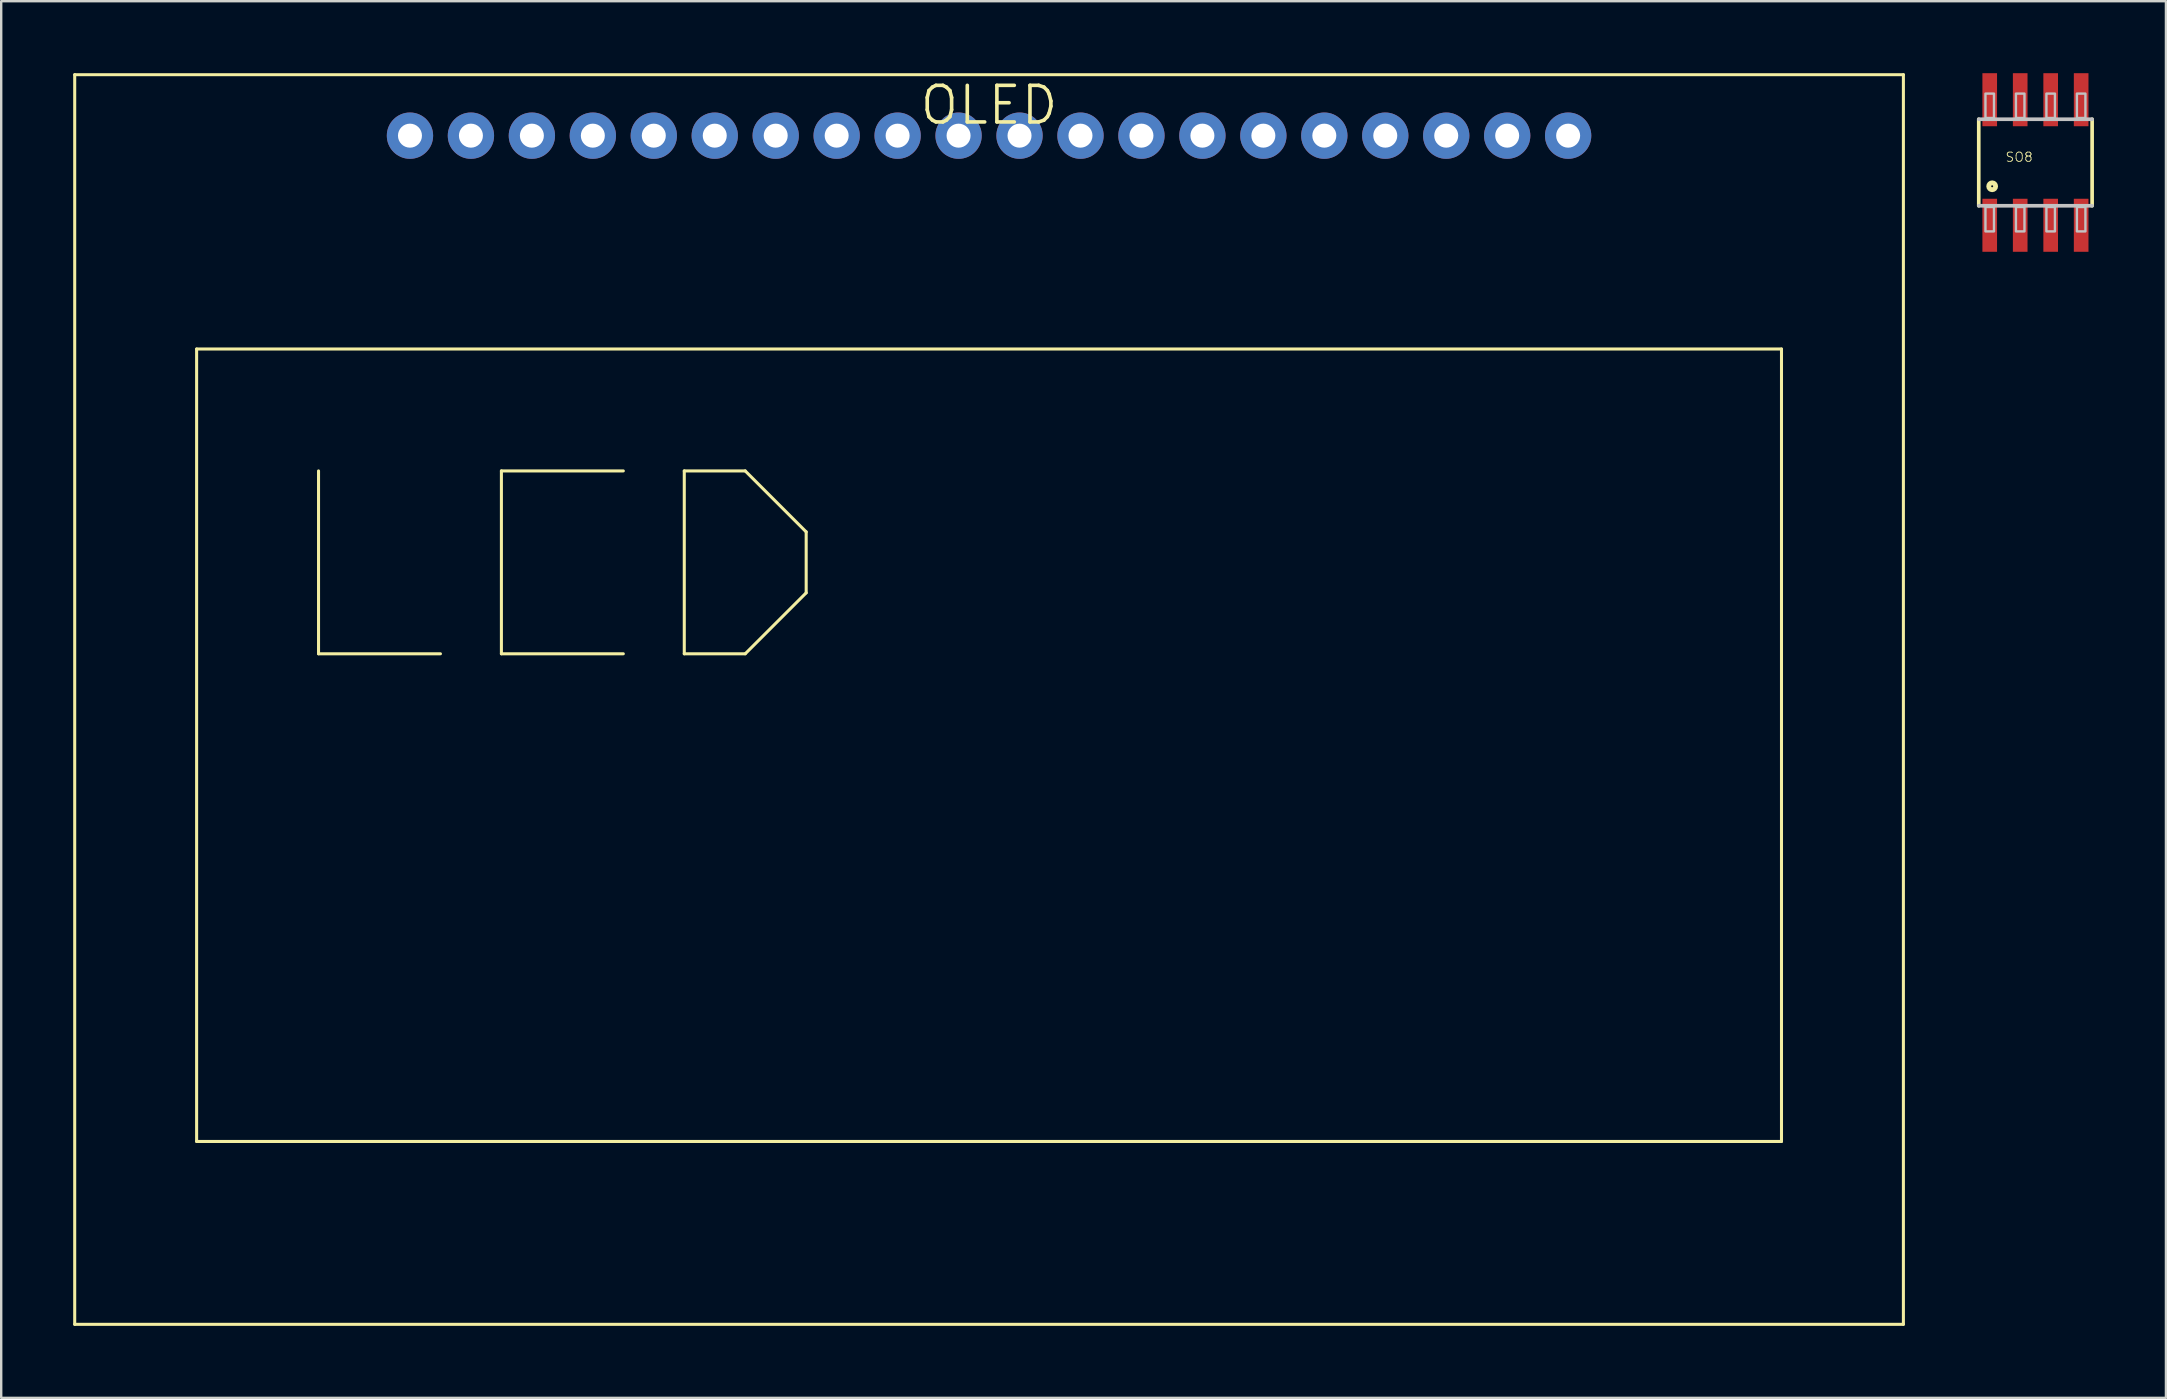
<source format=kicad_pcb>
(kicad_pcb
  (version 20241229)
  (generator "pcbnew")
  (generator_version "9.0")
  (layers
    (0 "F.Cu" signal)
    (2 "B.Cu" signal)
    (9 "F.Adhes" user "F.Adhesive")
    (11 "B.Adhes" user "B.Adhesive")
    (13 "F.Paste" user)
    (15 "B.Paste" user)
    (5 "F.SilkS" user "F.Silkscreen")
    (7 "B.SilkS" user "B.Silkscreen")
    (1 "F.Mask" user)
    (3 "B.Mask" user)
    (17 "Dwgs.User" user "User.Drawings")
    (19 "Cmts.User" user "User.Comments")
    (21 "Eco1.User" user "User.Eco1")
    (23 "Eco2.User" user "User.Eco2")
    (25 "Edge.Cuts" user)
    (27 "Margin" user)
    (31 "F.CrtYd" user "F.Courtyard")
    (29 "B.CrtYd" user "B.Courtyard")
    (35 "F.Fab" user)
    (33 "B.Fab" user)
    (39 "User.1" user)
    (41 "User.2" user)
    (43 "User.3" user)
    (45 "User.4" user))
  (footprint "SO8"
    (layer "F.Cu")
    (at 81.765 3.721)
    (property "Reference" "SO8" (at -1.27 0 0) (layer "F.SilkS") (effects (font (size 0.386 0.386) (thickness 0.033)) (justify left bottom)))
    (attr through_hole)
    (fp_line (start -2.362 -1.803) (end -2.362 1.803) (stroke (width 0.152) (type solid)) (layer "F.SilkS"))
    (fp_line (start 2.362 1.803) (end 2.362 -1.803) (stroke (width 0.152) (type solid)) (layer "F.SilkS"))
    (fp_circle (center -1.803 0.991) (end -1.66 0.991) (stroke (width 0.203) (type solid)) (fill no) (layer "F.SilkS"))
    (fp_line (start -2.362 1.803) (end 2.362 1.803) (stroke (width 0.152) (type solid)) (layer "Dwgs.User"))
    (fp_line (start 2.362 -1.803) (end -2.362 -1.803) (stroke (width 0.152) (type solid)) (layer "Dwgs.User"))
    (fp_poly (pts (xy -2.083 -1.854) (xy -1.727 -1.854) (xy -1.727 -2.87) (xy -2.083 -2.87)) (stroke (width 0.1) (type solid)) (fill no) (layer "Dwgs.User"))
    (fp_poly (pts (xy -2.083 2.87) (xy -1.727 2.87) (xy -1.727 1.854) (xy -2.083 1.854)) (stroke (width 0.1) (type solid)) (fill no) (layer "Dwgs.User"))
    (fp_poly (pts (xy -0.813 -1.854) (xy -0.457 -1.854) (xy -0.457 -2.87) (xy -0.813 -2.87)) (stroke (width 0.1) (type solid)) (fill no) (layer "Dwgs.User"))
    (fp_poly (pts (xy -0.813 2.87) (xy -0.457 2.87) (xy -0.457 1.854) (xy -0.813 1.854)) (stroke (width 0.1) (type solid)) (fill no) (layer "Dwgs.User"))
    (fp_poly (pts (xy 0.457 -1.854) (xy 0.813 -1.854) (xy 0.813 -2.87) (xy 0.457 -2.87)) (stroke (width 0.1) (type solid)) (fill no) (layer "Dwgs.User"))
    (fp_poly (pts (xy 0.457 2.87) (xy 0.813 2.87) (xy 0.813 1.854) (xy 0.457 1.854)) (stroke (width 0.1) (type solid)) (fill no) (layer "Dwgs.User"))
    (fp_poly (pts (xy 1.727 -1.854) (xy 2.083 -1.854) (xy 2.083 -2.87) (xy 1.727 -2.87)) (stroke (width 0.1) (type solid)) (fill no) (layer "Dwgs.User"))
    (fp_poly (pts (xy 1.727 2.87) (xy 2.083 2.87) (xy 2.083 1.854) (xy 1.727 1.854)) (stroke (width 0.1) (type solid)) (fill no) (layer "Dwgs.User"))
    (pad "1" smd rect (at -1.905 2.616) (size 0.61 2.21) (layers "F.Cu" "F.Mask" "F.Paste"))
    (pad "2" smd rect (at -0.635 2.616) (size 0.61 2.21) (layers "F.Cu" "F.Mask" "F.Paste"))
    (pad "3" smd rect (at 0.635 2.616) (size 0.61 2.21) (layers "F.Cu" "F.Mask" "F.Paste"))
    (pad "4" smd rect (at 1.905 2.616) (size 0.61 2.21) (layers "F.Cu" "F.Mask" "F.Paste"))
    (pad "5" smd rect (at 1.905 -2.616) (size 0.61 2.21) (layers "F.Cu" "F.Mask" "F.Paste"))
    (pad "6" smd rect (at 0.635 -2.616) (size 0.61 2.21) (layers "F.Cu" "F.Mask" "F.Paste"))
    (pad "7" smd rect (at -0.635 -2.616) (size 0.61 2.21) (layers "F.Cu" "F.Mask" "F.Paste"))
    (pad "8" smd rect (at -1.905 -2.616) (size 0.61 2.21) (layers "F.Cu" "F.Mask" "F.Paste")))
  (footprint "OLED"
    (layer "F.Cu")
    (at 38.163 1.333)
    (property "Reference" "OLED" (at 0 0 0) (layer "F.SilkS") (effects (font (size 1.524 1.524) (thickness 0.15))))
    (attr through_hole)
    (fp_line (start -38.1 -1.27) (end -38.1 50.8) (stroke (width 0.127) (type solid)) (layer "F.SilkS"))
    (fp_line (start -38.1 50.8) (end 38.1 50.8) (stroke (width 0.127) (type solid)) (layer "F.SilkS"))
    (fp_line (start -33.02 10.16) (end -33.02 43.18) (stroke (width 0.127) (type solid)) (layer "F.SilkS"))
    (fp_line (start -33.02 43.18) (end 33.02 43.18) (stroke (width 0.127) (type solid)) (layer "F.SilkS"))
    (fp_line (start -27.94 15.24) (end -27.94 22.86) (stroke (width 0.127) (type solid)) (layer "F.SilkS"))
    (fp_line (start -27.94 22.86) (end -22.86 22.86) (stroke (width 0.127) (type solid)) (layer "F.SilkS"))
    (fp_line (start -20.32 15.24) (end -20.32 22.86) (stroke (width 0.127) (type solid)) (layer "F.SilkS"))
    (fp_line (start -20.32 22.86) (end -15.24 22.86) (stroke (width 0.127) (type solid)) (layer "F.SilkS"))
    (fp_line (start -15.24 15.24) (end -20.32 15.24) (stroke (width 0.127) (type solid)) (layer "F.SilkS"))
    (fp_line (start -12.7 15.24) (end -12.7 22.86) (stroke (width 0.127) (type solid)) (layer "F.SilkS"))
    (fp_line (start -12.7 22.86) (end -10.16 22.86) (stroke (width 0.127) (type solid)) (layer "F.SilkS"))
    (fp_line (start -10.16 15.24) (end -12.7 15.24) (stroke (width 0.127) (type solid)) (layer "F.SilkS"))
    (fp_line (start -10.16 22.86) (end -7.62 20.32) (stroke (width 0.127) (type solid)) (layer "F.SilkS"))
    (fp_line (start -7.62 17.78) (end -10.16 15.24) (stroke (width 0.127) (type solid)) (layer "F.SilkS"))
    (fp_line (start -7.62 20.32) (end -7.62 17.78) (stroke (width 0.127) (type solid)) (layer "F.SilkS"))
    (fp_line (start 33.02 10.16) (end -33.02 10.16) (stroke (width 0.127) (type solid)) (layer "F.SilkS"))
    (fp_line (start 33.02 43.18) (end 33.02 10.16) (stroke (width 0.127) (type solid)) (layer "F.SilkS"))
    (fp_line (start 38.1 -1.27) (end -38.1 -1.27) (stroke (width 0.127) (type solid)) (layer "F.SilkS"))
    (fp_line (start 38.1 50.8) (end 38.1 -1.27) (stroke (width 0.127) (type solid)) (layer "F.SilkS"))
    (pad "P$1" thru_hole circle (at 24.13 1.27) (size 1.93 1.93) (drill 1) (layers "*.Cu" "*.Mask"))
    (pad "P$2" thru_hole circle (at 21.59 1.27) (size 1.93 1.93) (drill 1) (layers "*.Cu" "*.Mask"))
    (pad "P$3" thru_hole circle (at 19.05 1.27) (size 1.93 1.93) (drill 1) (layers "*.Cu" "*.Mask"))
    (pad "P$4" thru_hole circle (at 16.51 1.27) (size 1.93 1.93) (drill 1) (layers "*.Cu" "*.Mask"))
    (pad "P$5" thru_hole circle (at 13.97 1.27) (size 1.93 1.93) (drill 1) (layers "*.Cu" "*.Mask"))
    (pad "P$6" thru_hole circle (at 11.43 1.27) (size 1.93 1.93) (drill 1) (layers "*.Cu" "*.Mask"))
    (pad "P$7" thru_hole circle (at 8.89 1.27) (size 1.93 1.93) (drill 1) (layers "*.Cu" "*.Mask"))
    (pad "P$8" thru_hole circle (at 6.35 1.27) (size 1.93 1.93) (drill 1) (layers "*.Cu" "*.Mask"))
    (pad "P$9" thru_hole circle (at 3.81 1.27) (size 1.93 1.93) (drill 1) (layers "*.Cu" "*.Mask"))
    (pad "P$10" thru_hole circle (at 1.27 1.27) (size 1.93 1.93) (drill 1) (layers "*.Cu" "*.Mask"))
    (pad "P$11" thru_hole circle (at -1.27 1.27) (size 1.93 1.93) (drill 1) (layers "*.Cu" "*.Mask"))
    (pad "P$12" thru_hole circle (at -3.81 1.27) (size 1.93 1.93) (drill 1) (layers "*.Cu" "*.Mask"))
    (pad "P$13" thru_hole circle (at -6.35 1.27) (size 1.93 1.93) (drill 1) (layers "*.Cu" "*.Mask"))
    (pad "P$14" thru_hole circle (at -8.89 1.27) (size 1.93 1.93) (drill 1) (layers "*.Cu" "*.Mask"))
    (pad "P$15" thru_hole circle (at -11.43 1.27) (size 1.93 1.93) (drill 1) (layers "*.Cu" "*.Mask"))
    (pad "P$16" thru_hole circle (at -13.97 1.27) (size 1.93 1.93) (drill 1) (layers "*.Cu" "*.Mask"))
    (pad "P$17" thru_hole circle (at -16.51 1.27) (size 1.93 1.93) (drill 1) (layers "*.Cu" "*.Mask"))
    (pad "P$18" thru_hole circle (at -19.05 1.27) (size 1.93 1.93) (drill 1) (layers "*.Cu" "*.Mask"))
    (pad "P$19" thru_hole circle (at -21.59 1.27) (size 1.93 1.93) (drill 1) (layers "*.Cu" "*.Mask"))
    (pad "P$20" thru_hole circle (at -24.13 1.27) (size 1.93 1.93) (drill 1) (layers "*.Cu" "*.Mask")))
  (gr_rect
    (start -3 -3)
    (end 87.203 55.197)
    (stroke (width 0.1) (type default))
    (fill no)
    (layer "Edge.Cuts")))
</source>
